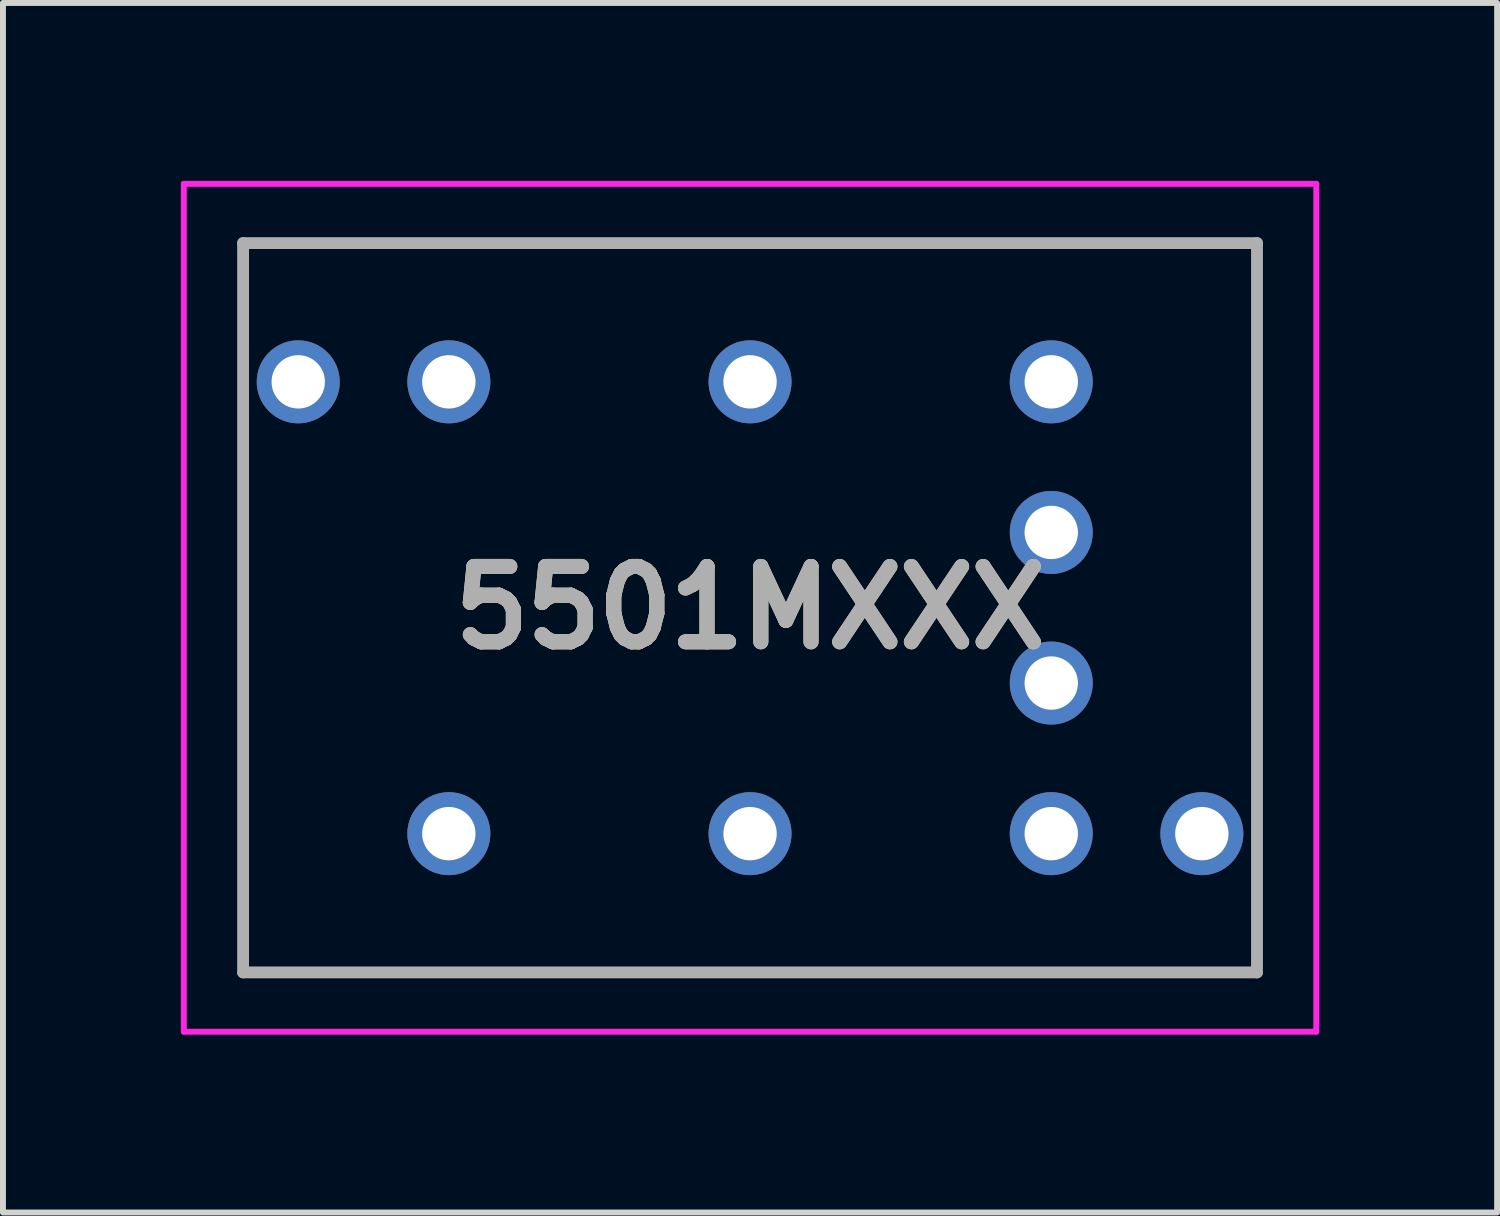
<source format=kicad_pcb>
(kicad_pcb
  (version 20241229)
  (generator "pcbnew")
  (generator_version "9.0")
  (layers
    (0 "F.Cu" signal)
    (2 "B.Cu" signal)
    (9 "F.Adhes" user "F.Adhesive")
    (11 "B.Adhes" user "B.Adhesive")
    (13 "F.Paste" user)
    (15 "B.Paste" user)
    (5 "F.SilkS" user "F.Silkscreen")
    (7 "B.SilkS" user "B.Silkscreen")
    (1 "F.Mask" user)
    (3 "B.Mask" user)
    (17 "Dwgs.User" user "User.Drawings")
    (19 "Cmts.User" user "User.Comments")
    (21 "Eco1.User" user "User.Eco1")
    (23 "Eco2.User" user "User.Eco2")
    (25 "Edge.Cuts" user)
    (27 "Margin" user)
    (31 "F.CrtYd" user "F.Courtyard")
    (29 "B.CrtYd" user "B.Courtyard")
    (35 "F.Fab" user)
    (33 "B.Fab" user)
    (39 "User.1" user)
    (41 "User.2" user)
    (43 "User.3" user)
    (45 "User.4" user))
  (footprint "5501MXXX"
    (layer "F.Cu")
    (at 9.6 3.39)
    (property "Reference" "5501MXXX" (at 0 3.81 0) (layer "F.SilkS") (effects (font (size 1.27 1.27) (thickness 0.254))))
    (attr through_hole)
    (fp_line (start -8.55 -2.34) (end 8.55 -2.34) (stroke (width 0.1) (type solid)) (layer "F.SilkS"))
    (fp_line (start -8.55 9.96) (end -8.55 -2.34) (stroke (width 0.1) (type solid)) (layer "F.SilkS"))
    (fp_line (start 8.55 -2.34) (end 8.55 9.96) (stroke (width 0.1) (type solid)) (layer "F.SilkS"))
    (fp_line (start 8.55 9.96) (end -8.55 9.96) (stroke (width 0.1) (type solid)) (layer "F.SilkS"))
    (fp_line (start -9.55 -3.34) (end 9.55 -3.34) (stroke (width 0.1) (type solid)) (layer "F.CrtYd"))
    (fp_line (start -9.55 10.96) (end -9.55 -3.34) (stroke (width 0.1) (type solid)) (layer "F.CrtYd"))
    (fp_line (start 9.55 -3.34) (end 9.55 10.96) (stroke (width 0.1) (type solid)) (layer "F.CrtYd"))
    (fp_line (start 9.55 10.96) (end -9.55 10.96) (stroke (width 0.1) (type solid)) (layer "F.CrtYd"))
    (fp_line (start -8.55 -2.34) (end 8.55 -2.34) (stroke (width 0.2) (type solid)) (layer "F.Fab"))
    (fp_line (start -8.55 9.96) (end -8.55 -2.34) (stroke (width 0.2) (type solid)) (layer "F.Fab"))
    (fp_line (start 8.55 -2.34) (end 8.55 9.96) (stroke (width 0.2) (type solid)) (layer "F.Fab"))
    (fp_line (start 8.55 9.96) (end -8.55 9.96) (stroke (width 0.2) (type solid)) (layer "F.Fab"))
    (fp_text user "${REFERENCE}" (at 0 3.81 0) (layer "F.Fab") (effects (font (size 1.27 1.27) (thickness 0.254))))
    (pad "1" thru_hole circle (at 0 0) (size 1.4 1.4) (drill 0.9) (layers "*.Cu" "*.Mask"))
    (pad "2" thru_hole circle (at -5.08 7.62) (size 1.4 1.4) (drill 0.9) (layers "*.Cu" "*.Mask"))
    (pad "3" thru_hole circle (at -5.08 0) (size 1.4 1.4) (drill 0.9) (layers "*.Cu" "*.Mask"))
    (pad "5" thru_hole circle (at 5.08 7.62) (size 1.4 1.4) (drill 0.9) (layers "*.Cu" "*.Mask"))
    (pad "6" thru_hole circle (at 5.08 5.08) (size 1.4 1.4) (drill 0.9) (layers "*.Cu" "*.Mask"))
    (pad "7" thru_hole circle (at 5.08 2.54) (size 1.4 1.4) (drill 0.9) (layers "*.Cu" "*.Mask"))
    (pad "8" thru_hole circle (at 5.08 0) (size 1.4 1.4) (drill 0.9) (layers "*.Cu" "*.Mask"))
    (pad "11" thru_hole circle (at 0 7.62) (size 1.4 1.4) (drill 0.9) (layers "*.Cu" "*.Mask"))
    (pad "MH1" thru_hole circle (at -7.62 0) (size 1.4 1.4) (drill 0.9) (layers "*.Cu" "*.Mask"))
    (pad "MH2" thru_hole circle (at 7.62 7.62) (size 1.4 1.4) (drill 0.9) (layers "*.Cu" "*.Mask")))
  (gr_rect
    (start -3 -3)
    (end 22.2 17.4)
    (stroke (width 0.1) (type default))
    (fill no)
    (layer "Edge.Cuts")))
</source>
